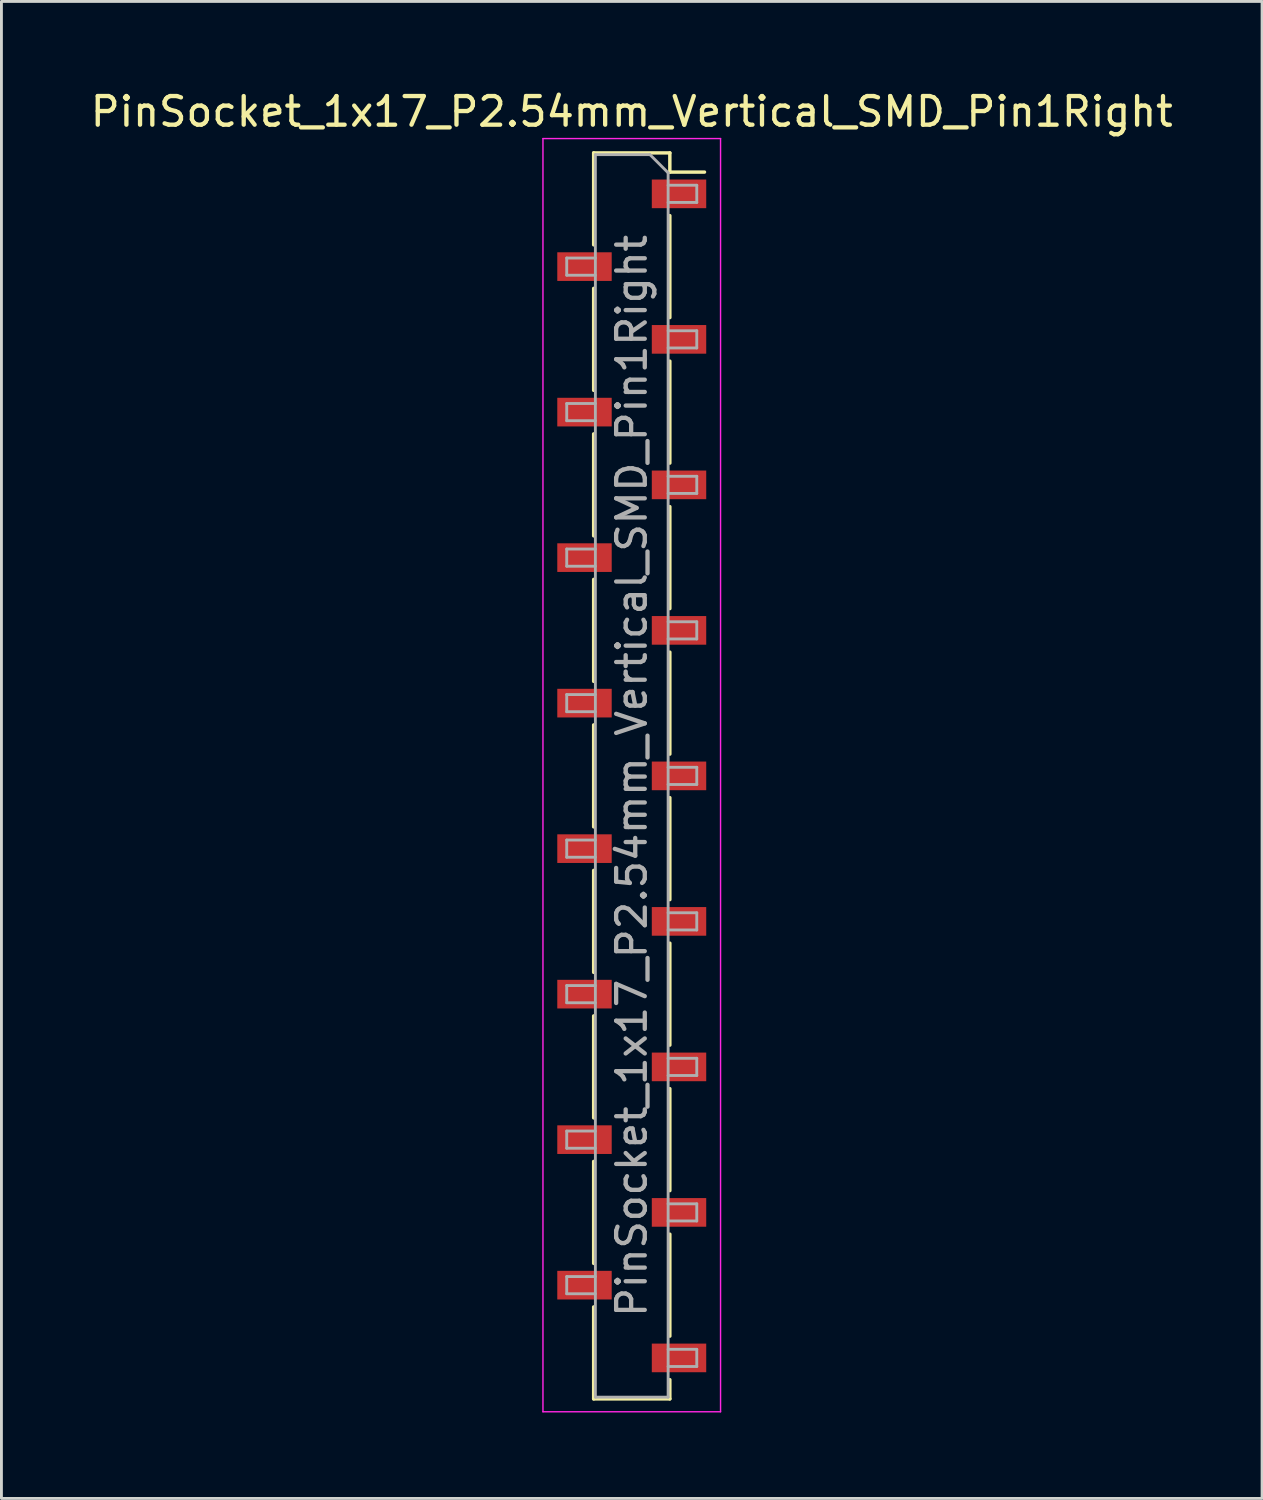
<source format=kicad_pcb>
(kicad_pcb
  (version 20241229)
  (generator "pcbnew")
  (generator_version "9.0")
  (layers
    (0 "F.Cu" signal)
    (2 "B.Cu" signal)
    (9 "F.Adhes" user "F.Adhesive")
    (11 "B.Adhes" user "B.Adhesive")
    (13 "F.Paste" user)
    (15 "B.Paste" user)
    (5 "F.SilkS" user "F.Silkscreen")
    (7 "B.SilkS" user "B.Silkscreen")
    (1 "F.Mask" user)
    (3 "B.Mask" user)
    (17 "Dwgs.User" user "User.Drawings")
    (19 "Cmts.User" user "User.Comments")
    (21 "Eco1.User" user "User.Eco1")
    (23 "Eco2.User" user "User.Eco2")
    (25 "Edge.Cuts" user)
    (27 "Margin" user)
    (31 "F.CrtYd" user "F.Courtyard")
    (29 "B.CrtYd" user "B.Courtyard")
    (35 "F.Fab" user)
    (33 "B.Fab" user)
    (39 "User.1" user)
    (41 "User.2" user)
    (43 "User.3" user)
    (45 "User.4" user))
  (footprint "PinSocket_1x17_P2.54mm_Vertical_SMD_Pin1Right"
    (layer "F.Cu")
    (at 19.006 24.038)
    (property "Reference" "PinSocket_1x17_P2.54mm_Vertical_SMD_Pin1Right" (at 0 -23.19 0) (layer "F.SilkS") (effects (font (size 1 1) (thickness 0.15))))
    (attr smd)
    (fp_line (start -1.33 -21.75) (end -1.33 -18.54) (stroke (width 0.12) (type solid)) (layer "F.SilkS"))
    (fp_line (start -1.33 -21.75) (end 1.33 -21.75) (stroke (width 0.12) (type solid)) (layer "F.SilkS"))
    (fp_line (start -1.33 -17.02) (end -1.33 -13.46) (stroke (width 0.12) (type solid)) (layer "F.SilkS"))
    (fp_line (start -1.33 -11.94) (end -1.33 -8.38) (stroke (width 0.12) (type solid)) (layer "F.SilkS"))
    (fp_line (start -1.33 -6.86) (end -1.33 -3.3) (stroke (width 0.12) (type solid)) (layer "F.SilkS"))
    (fp_line (start -1.33 -1.78) (end -1.33 1.78) (stroke (width 0.12) (type solid)) (layer "F.SilkS"))
    (fp_line (start -1.33 3.3) (end -1.33 6.86) (stroke (width 0.12) (type solid)) (layer "F.SilkS"))
    (fp_line (start -1.33 8.38) (end -1.33 11.94) (stroke (width 0.12) (type solid)) (layer "F.SilkS"))
    (fp_line (start -1.33 13.46) (end -1.33 17.02) (stroke (width 0.12) (type solid)) (layer "F.SilkS"))
    (fp_line (start -1.33 18.54) (end -1.33 21.75) (stroke (width 0.12) (type solid)) (layer "F.SilkS"))
    (fp_line (start -1.33 21.75) (end 1.33 21.75) (stroke (width 0.12) (type solid)) (layer "F.SilkS"))
    (fp_line (start 1.33 -21.75) (end 1.33 -21.08) (stroke (width 0.12) (type solid)) (layer "F.SilkS"))
    (fp_line (start 1.33 -21.08) (end 2.54 -21.08) (stroke (width 0.12) (type solid)) (layer "F.SilkS"))
    (fp_line (start 1.33 -19.56) (end 1.33 -16) (stroke (width 0.12) (type solid)) (layer "F.SilkS"))
    (fp_line (start 1.33 -14.48) (end 1.33 -10.92) (stroke (width 0.12) (type solid)) (layer "F.SilkS"))
    (fp_line (start 1.33 -9.4) (end 1.33 -5.84) (stroke (width 0.12) (type solid)) (layer "F.SilkS"))
    (fp_line (start 1.33 -4.32) (end 1.33 -0.76) (stroke (width 0.12) (type solid)) (layer "F.SilkS"))
    (fp_line (start 1.33 0.76) (end 1.33 4.32) (stroke (width 0.12) (type solid)) (layer "F.SilkS"))
    (fp_line (start 1.33 5.84) (end 1.33 9.4) (stroke (width 0.12) (type solid)) (layer "F.SilkS"))
    (fp_line (start 1.33 10.92) (end 1.33 14.48) (stroke (width 0.12) (type solid)) (layer "F.SilkS"))
    (fp_line (start 1.33 16) (end 1.33 19.56) (stroke (width 0.12) (type solid)) (layer "F.SilkS"))
    (fp_line (start 1.33 21.08) (end 1.33 21.75) (stroke (width 0.12) (type solid)) (layer "F.SilkS"))
    (fp_line (start -3.1 -22.25) (end 3.1 -22.25) (stroke (width 0.05) (type solid)) (layer "F.CrtYd"))
    (fp_line (start -3.1 22.2) (end -3.1 -22.25) (stroke (width 0.05) (type solid)) (layer "F.CrtYd"))
    (fp_line (start 3.1 -22.25) (end 3.1 22.2) (stroke (width 0.05) (type solid)) (layer "F.CrtYd"))
    (fp_line (start 3.1 22.2) (end -3.1 22.2) (stroke (width 0.05) (type solid)) (layer "F.CrtYd"))
    (fp_line (start -2.27 -18.08) (end -1.27 -18.08) (stroke (width 0.1) (type solid)) (layer "F.Fab"))
    (fp_line (start -2.27 -17.48) (end -2.27 -18.08) (stroke (width 0.1) (type solid)) (layer "F.Fab"))
    (fp_line (start -2.27 -13) (end -1.27 -13) (stroke (width 0.1) (type solid)) (layer "F.Fab"))
    (fp_line (start -2.27 -12.4) (end -2.27 -13) (stroke (width 0.1) (type solid)) (layer "F.Fab"))
    (fp_line (start -2.27 -7.92) (end -1.27 -7.92) (stroke (width 0.1) (type solid)) (layer "F.Fab"))
    (fp_line (start -2.27 -7.32) (end -2.27 -7.92) (stroke (width 0.1) (type solid)) (layer "F.Fab"))
    (fp_line (start -2.27 -2.84) (end -1.27 -2.84) (stroke (width 0.1) (type solid)) (layer "F.Fab"))
    (fp_line (start -2.27 -2.24) (end -2.27 -2.84) (stroke (width 0.1) (type solid)) (layer "F.Fab"))
    (fp_line (start -2.27 2.24) (end -1.27 2.24) (stroke (width 0.1) (type solid)) (layer "F.Fab"))
    (fp_line (start -2.27 2.84) (end -2.27 2.24) (stroke (width 0.1) (type solid)) (layer "F.Fab"))
    (fp_line (start -2.27 7.32) (end -1.27 7.32) (stroke (width 0.1) (type solid)) (layer "F.Fab"))
    (fp_line (start -2.27 7.92) (end -2.27 7.32) (stroke (width 0.1) (type solid)) (layer "F.Fab"))
    (fp_line (start -2.27 12.4) (end -1.27 12.4) (stroke (width 0.1) (type solid)) (layer "F.Fab"))
    (fp_line (start -2.27 13) (end -2.27 12.4) (stroke (width 0.1) (type solid)) (layer "F.Fab"))
    (fp_line (start -2.27 17.48) (end -1.27 17.48) (stroke (width 0.1) (type solid)) (layer "F.Fab"))
    (fp_line (start -2.27 18.08) (end -2.27 17.48) (stroke (width 0.1) (type solid)) (layer "F.Fab"))
    (fp_line (start -1.27 -21.69) (end 0.635 -21.69) (stroke (width 0.1) (type solid)) (layer "F.Fab"))
    (fp_line (start -1.27 -17.48) (end -2.27 -17.48) (stroke (width 0.1) (type solid)) (layer "F.Fab"))
    (fp_line (start -1.27 -12.4) (end -2.27 -12.4) (stroke (width 0.1) (type solid)) (layer "F.Fab"))
    (fp_line (start -1.27 -7.32) (end -2.27 -7.32) (stroke (width 0.1) (type solid)) (layer "F.Fab"))
    (fp_line (start -1.27 -2.24) (end -2.27 -2.24) (stroke (width 0.1) (type solid)) (layer "F.Fab"))
    (fp_line (start -1.27 2.84) (end -2.27 2.84) (stroke (width 0.1) (type solid)) (layer "F.Fab"))
    (fp_line (start -1.27 7.92) (end -2.27 7.92) (stroke (width 0.1) (type solid)) (layer "F.Fab"))
    (fp_line (start -1.27 13) (end -2.27 13) (stroke (width 0.1) (type solid)) (layer "F.Fab"))
    (fp_line (start -1.27 18.08) (end -2.27 18.08) (stroke (width 0.1) (type solid)) (layer "F.Fab"))
    (fp_line (start -1.27 21.69) (end -1.27 -21.69) (stroke (width 0.1) (type solid)) (layer "F.Fab"))
    (fp_line (start 0.635 -21.69) (end 1.27 -21.055) (stroke (width 0.1) (type solid)) (layer "F.Fab"))
    (fp_line (start 1.27 -21.055) (end 1.27 21.69) (stroke (width 0.1) (type solid)) (layer "F.Fab"))
    (fp_line (start 1.27 -20.62) (end 2.27 -20.62) (stroke (width 0.1) (type solid)) (layer "F.Fab"))
    (fp_line (start 1.27 -15.54) (end 2.27 -15.54) (stroke (width 0.1) (type solid)) (layer "F.Fab"))
    (fp_line (start 1.27 -10.46) (end 2.27 -10.46) (stroke (width 0.1) (type solid)) (layer "F.Fab"))
    (fp_line (start 1.27 -5.38) (end 2.27 -5.38) (stroke (width 0.1) (type solid)) (layer "F.Fab"))
    (fp_line (start 1.27 -0.3) (end 2.27 -0.3) (stroke (width 0.1) (type solid)) (layer "F.Fab"))
    (fp_line (start 1.27 4.78) (end 2.27 4.78) (stroke (width 0.1) (type solid)) (layer "F.Fab"))
    (fp_line (start 1.27 9.86) (end 2.27 9.86) (stroke (width 0.1) (type solid)) (layer "F.Fab"))
    (fp_line (start 1.27 14.94) (end 2.27 14.94) (stroke (width 0.1) (type solid)) (layer "F.Fab"))
    (fp_line (start 1.27 20.02) (end 2.27 20.02) (stroke (width 0.1) (type solid)) (layer "F.Fab"))
    (fp_line (start 1.27 21.69) (end -1.27 21.69) (stroke (width 0.1) (type solid)) (layer "F.Fab"))
    (fp_line (start 2.27 -20.62) (end 2.27 -20.02) (stroke (width 0.1) (type solid)) (layer "F.Fab"))
    (fp_line (start 2.27 -20.02) (end 1.27 -20.02) (stroke (width 0.1) (type solid)) (layer "F.Fab"))
    (fp_line (start 2.27 -15.54) (end 2.27 -14.94) (stroke (width 0.1) (type solid)) (layer "F.Fab"))
    (fp_line (start 2.27 -14.94) (end 1.27 -14.94) (stroke (width 0.1) (type solid)) (layer "F.Fab"))
    (fp_line (start 2.27 -10.46) (end 2.27 -9.86) (stroke (width 0.1) (type solid)) (layer "F.Fab"))
    (fp_line (start 2.27 -9.86) (end 1.27 -9.86) (stroke (width 0.1) (type solid)) (layer "F.Fab"))
    (fp_line (start 2.27 -5.38) (end 2.27 -4.78) (stroke (width 0.1) (type solid)) (layer "F.Fab"))
    (fp_line (start 2.27 -4.78) (end 1.27 -4.78) (stroke (width 0.1) (type solid)) (layer "F.Fab"))
    (fp_line (start 2.27 -0.3) (end 2.27 0.3) (stroke (width 0.1) (type solid)) (layer "F.Fab"))
    (fp_line (start 2.27 0.3) (end 1.27 0.3) (stroke (width 0.1) (type solid)) (layer "F.Fab"))
    (fp_line (start 2.27 4.78) (end 2.27 5.38) (stroke (width 0.1) (type solid)) (layer "F.Fab"))
    (fp_line (start 2.27 5.38) (end 1.27 5.38) (stroke (width 0.1) (type solid)) (layer "F.Fab"))
    (fp_line (start 2.27 9.86) (end 2.27 10.46) (stroke (width 0.1) (type solid)) (layer "F.Fab"))
    (fp_line (start 2.27 10.46) (end 1.27 10.46) (stroke (width 0.1) (type solid)) (layer "F.Fab"))
    (fp_line (start 2.27 14.94) (end 2.27 15.54) (stroke (width 0.1) (type solid)) (layer "F.Fab"))
    (fp_line (start 2.27 15.54) (end 1.27 15.54) (stroke (width 0.1) (type solid)) (layer "F.Fab"))
    (fp_line (start 2.27 20.02) (end 2.27 20.62) (stroke (width 0.1) (type solid)) (layer "F.Fab"))
    (fp_line (start 2.27 20.62) (end 1.27 20.62) (stroke (width 0.1) (type solid)) (layer "F.Fab"))
    (fp_text user "${REFERENCE}" (at 0 0 90) (layer "F.Fab") (effects (font (size 1 1) (thickness 0.15))))
    (pad "1" smd rect (at 1.65 -20.32) (size 1.9 1) (layers "F.Cu" "F.Mask" "F.Paste"))
    (pad "2" smd rect (at -1.65 -17.78) (size 1.9 1) (layers "F.Cu" "F.Mask" "F.Paste"))
    (pad "3" smd rect (at 1.65 -15.24) (size 1.9 1) (layers "F.Cu" "F.Mask" "F.Paste"))
    (pad "4" smd rect (at -1.65 -12.7) (size 1.9 1) (layers "F.Cu" "F.Mask" "F.Paste"))
    (pad "5" smd rect (at 1.65 -10.16) (size 1.9 1) (layers "F.Cu" "F.Mask" "F.Paste"))
    (pad "6" smd rect (at -1.65 -7.62) (size 1.9 1) (layers "F.Cu" "F.Mask" "F.Paste"))
    (pad "7" smd rect (at 1.65 -5.08) (size 1.9 1) (layers "F.Cu" "F.Mask" "F.Paste"))
    (pad "8" smd rect (at -1.65 -2.54) (size 1.9 1) (layers "F.Cu" "F.Mask" "F.Paste"))
    (pad "9" smd rect (at 1.65 0) (size 1.9 1) (layers "F.Cu" "F.Mask" "F.Paste"))
    (pad "10" smd rect (at -1.65 2.54) (size 1.9 1) (layers "F.Cu" "F.Mask" "F.Paste"))
    (pad "11" smd rect (at 1.65 5.08) (size 1.9 1) (layers "F.Cu" "F.Mask" "F.Paste"))
    (pad "12" smd rect (at -1.65 7.62) (size 1.9 1) (layers "F.Cu" "F.Mask" "F.Paste"))
    (pad "13" smd rect (at 1.65 10.16) (size 1.9 1) (layers "F.Cu" "F.Mask" "F.Paste"))
    (pad "14" smd rect (at -1.65 12.7) (size 1.9 1) (layers "F.Cu" "F.Mask" "F.Paste"))
    (pad "15" smd rect (at 1.65 15.24) (size 1.9 1) (layers "F.Cu" "F.Mask" "F.Paste"))
    (pad "16" smd rect (at -1.65 17.78) (size 1.9 1) (layers "F.Cu" "F.Mask" "F.Paste"))
    (pad "17" smd rect (at 1.65 20.32) (size 1.9 1) (layers "F.Cu" "F.Mask" "F.Paste")))
  (gr_rect
    (start -3 -3)
    (end 41.012 49.263)
    (stroke (width 0.1) (type default))
    (fill no)
    (layer "Edge.Cuts")))
</source>
